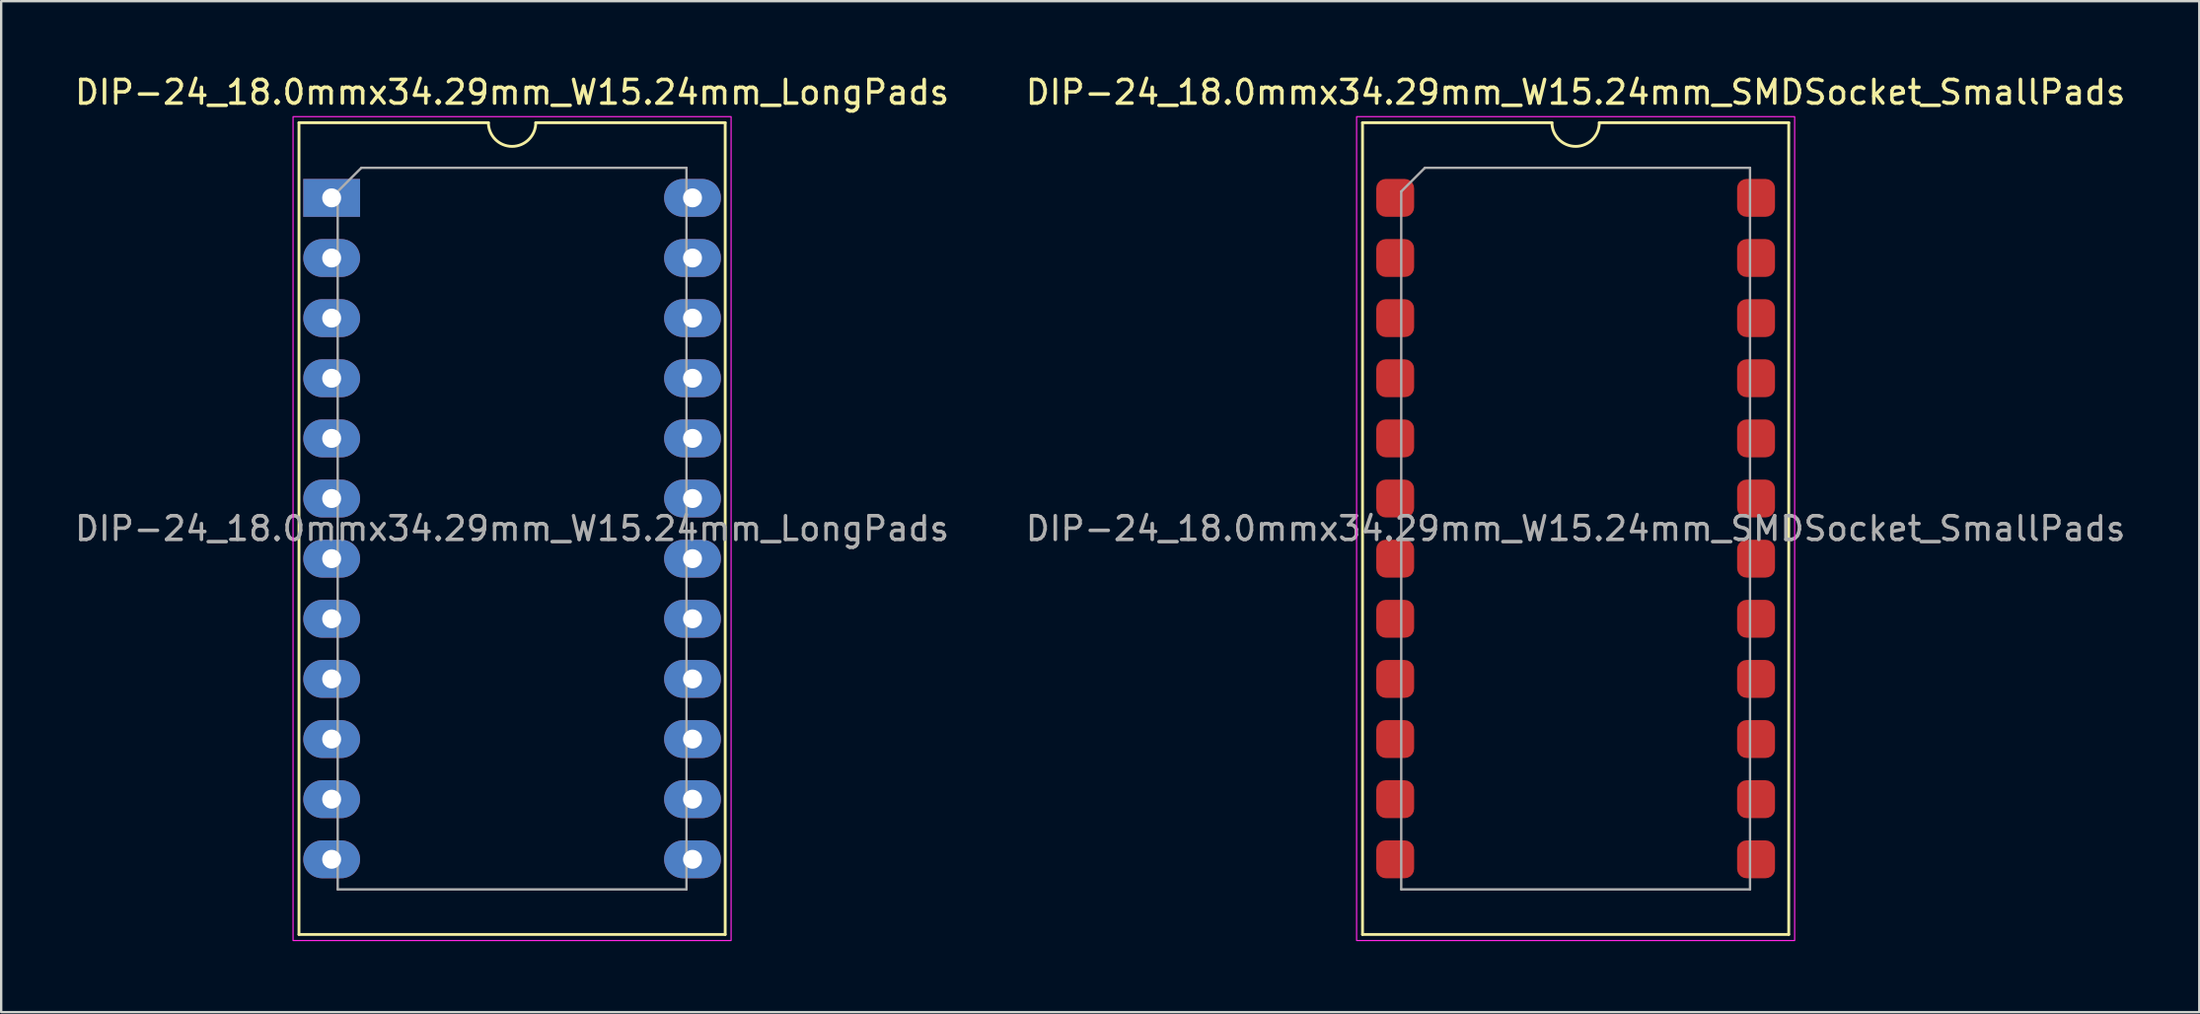
<source format=kicad_pcb>
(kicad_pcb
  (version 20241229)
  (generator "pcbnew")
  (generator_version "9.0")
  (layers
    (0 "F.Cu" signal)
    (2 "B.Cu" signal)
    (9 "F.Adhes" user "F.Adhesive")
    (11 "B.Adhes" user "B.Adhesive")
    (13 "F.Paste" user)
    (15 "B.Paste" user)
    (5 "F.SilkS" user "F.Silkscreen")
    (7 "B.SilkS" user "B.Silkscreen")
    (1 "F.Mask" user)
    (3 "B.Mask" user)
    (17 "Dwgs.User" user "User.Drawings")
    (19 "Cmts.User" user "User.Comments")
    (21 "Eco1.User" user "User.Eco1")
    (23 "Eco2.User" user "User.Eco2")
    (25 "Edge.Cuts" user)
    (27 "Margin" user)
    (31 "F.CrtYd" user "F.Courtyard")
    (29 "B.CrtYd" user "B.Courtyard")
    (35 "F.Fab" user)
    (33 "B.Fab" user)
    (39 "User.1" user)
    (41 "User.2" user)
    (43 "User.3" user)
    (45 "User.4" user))
  (footprint "DIP-24_18.0mmx34.29mm_W15.24mm_SMDSocket_SmallPads"
    (layer "F.Cu")
    (at 63.494 19.278)
    (property "Reference" "DIP-24_18.0mmx34.29mm_W15.24mm_SMDSocket_SmallPads" (at 0 -18.43 0) (layer "F.SilkS") (effects (font (size 1 1) (thickness 0.15))))
    (attr smd)
    (fp_line (start -9 -17.145) (end -9 17.145) (stroke (width 0.12) (type solid)) (layer "F.SilkS"))
    (fp_line (start -9 17.145) (end 9 17.145) (stroke (width 0.12) (type solid)) (layer "F.SilkS"))
    (fp_line (start -1 -17.145) (end -9 -17.145) (stroke (width 0.12) (type solid)) (layer "F.SilkS"))
    (fp_line (start 9 -17.145) (end 1 -17.145) (stroke (width 0.12) (type solid)) (layer "F.SilkS"))
    (fp_line (start 9 17.145) (end 9 -17.145) (stroke (width 0.12) (type solid)) (layer "F.SilkS"))
    (fp_arc (start 1 -17.145) (mid 0 -16.145) (end -1 -17.145) (stroke (width 0.12) (type solid)) (layer "F.SilkS"))
    (fp_rect (start -9.25 -17.4) (end 9.25 17.4) (stroke (width 0.05) (type default)) (fill no) (layer "F.CrtYd"))
    (fp_line (start -7.365 -14.24) (end -6.365 -15.24) (stroke (width 0.1) (type solid)) (layer "F.Fab"))
    (fp_line (start -7.365 15.24) (end -7.365 -14.24) (stroke (width 0.1) (type solid)) (layer "F.Fab"))
    (fp_line (start -6.365 -15.24) (end 7.365 -15.24) (stroke (width 0.1) (type solid)) (layer "F.Fab"))
    (fp_line (start 7.365 -15.24) (end 7.365 15.24) (stroke (width 0.1) (type solid)) (layer "F.Fab"))
    (fp_line (start 7.365 15.24) (end -7.365 15.24) (stroke (width 0.1) (type solid)) (layer "F.Fab"))
    (fp_text user "${REFERENCE}" (at 0 0 0) (layer "F.Fab") (effects (font (size 1 1) (thickness 0.15))))
    (pad "1" smd roundrect (at -7.62 -13.97) (size 1.6 1.6) (layers "F.Cu" "F.Mask" "F.Paste") (roundrect_rratio 0.25))
    (pad "2" smd roundrect (at -7.62 -11.43) (size 1.6 1.6) (layers "F.Cu" "F.Mask" "F.Paste") (roundrect_rratio 0.25))
    (pad "3" smd roundrect (at -7.62 -8.89) (size 1.6 1.6) (layers "F.Cu" "F.Mask" "F.Paste") (roundrect_rratio 0.25))
    (pad "4" smd roundrect (at -7.62 -6.35) (size 1.6 1.6) (layers "F.Cu" "F.Mask" "F.Paste") (roundrect_rratio 0.25))
    (pad "5" smd roundrect (at -7.62 -3.81) (size 1.6 1.6) (layers "F.Cu" "F.Mask" "F.Paste") (roundrect_rratio 0.25))
    (pad "6" smd roundrect (at -7.62 -1.27) (size 1.6 1.6) (layers "F.Cu" "F.Mask" "F.Paste") (roundrect_rratio 0.25))
    (pad "7" smd roundrect (at -7.62 1.27) (size 1.6 1.6) (layers "F.Cu" "F.Mask" "F.Paste") (roundrect_rratio 0.25))
    (pad "8" smd roundrect (at -7.62 3.81) (size 1.6 1.6) (layers "F.Cu" "F.Mask" "F.Paste") (roundrect_rratio 0.25))
    (pad "9" smd roundrect (at -7.62 6.35) (size 1.6 1.6) (layers "F.Cu" "F.Mask" "F.Paste") (roundrect_rratio 0.25))
    (pad "10" smd roundrect (at -7.62 8.89) (size 1.6 1.6) (layers "F.Cu" "F.Mask" "F.Paste") (roundrect_rratio 0.25))
    (pad "11" smd roundrect (at -7.62 11.43) (size 1.6 1.6) (layers "F.Cu" "F.Mask" "F.Paste") (roundrect_rratio 0.25))
    (pad "12" smd roundrect (at -7.62 13.97) (size 1.6 1.6) (layers "F.Cu" "F.Mask" "F.Paste") (roundrect_rratio 0.25))
    (pad "13" smd roundrect (at 7.62 13.97) (size 1.6 1.6) (layers "F.Cu" "F.Mask" "F.Paste") (roundrect_rratio 0.25))
    (pad "14" smd roundrect (at 7.62 11.43) (size 1.6 1.6) (layers "F.Cu" "F.Mask" "F.Paste") (roundrect_rratio 0.25))
    (pad "15" smd roundrect (at 7.62 8.89) (size 1.6 1.6) (layers "F.Cu" "F.Mask" "F.Paste") (roundrect_rratio 0.25))
    (pad "16" smd roundrect (at 7.62 6.35) (size 1.6 1.6) (layers "F.Cu" "F.Mask" "F.Paste") (roundrect_rratio 0.25))
    (pad "17" smd roundrect (at 7.62 3.81) (size 1.6 1.6) (layers "F.Cu" "F.Mask" "F.Paste") (roundrect_rratio 0.25))
    (pad "18" smd roundrect (at 7.62 1.27) (size 1.6 1.6) (layers "F.Cu" "F.Mask" "F.Paste") (roundrect_rratio 0.25))
    (pad "19" smd roundrect (at 7.62 -1.27) (size 1.6 1.6) (layers "F.Cu" "F.Mask" "F.Paste") (roundrect_rratio 0.25))
    (pad "20" smd roundrect (at 7.62 -3.81) (size 1.6 1.6) (layers "F.Cu" "F.Mask" "F.Paste") (roundrect_rratio 0.25))
    (pad "21" smd roundrect (at 7.62 -6.35) (size 1.6 1.6) (layers "F.Cu" "F.Mask" "F.Paste") (roundrect_rratio 0.25))
    (pad "22" smd roundrect (at 7.62 -8.89) (size 1.6 1.6) (layers "F.Cu" "F.Mask" "F.Paste") (roundrect_rratio 0.25))
    (pad "23" smd roundrect (at 7.62 -11.43) (size 1.6 1.6) (layers "F.Cu" "F.Mask" "F.Paste") (roundrect_rratio 0.25))
    (pad "24" smd roundrect (at 7.62 -13.97) (size 1.6 1.6) (layers "F.Cu" "F.Mask" "F.Paste") (roundrect_rratio 0.25)))
  (footprint "DIP-24_18.0mmx34.29mm_W15.24mm_LongPads"
    (layer "F.Cu")
    (at 10.957 5.308)
    (property "Reference" "DIP-24_18.0mmx34.29mm_W15.24mm_LongPads" (at 7.62 -4.46 0) (layer "F.SilkS") (effects (font (size 1 1) (thickness 0.15))))
    (attr through_hole)
    (fp_line (start -1.38 -3.175) (end -1.38 31.115) (stroke (width 0.12) (type solid)) (layer "F.SilkS"))
    (fp_line (start -1.38 31.115) (end 16.62 31.115) (stroke (width 0.12) (type solid)) (layer "F.SilkS"))
    (fp_line (start 6.62 -3.175) (end -1.38 -3.175) (stroke (width 0.12) (type solid)) (layer "F.SilkS"))
    (fp_line (start 16.62 -3.175) (end 8.62 -3.175) (stroke (width 0.12) (type solid)) (layer "F.SilkS"))
    (fp_line (start 16.62 31.115) (end 16.62 -3.175) (stroke (width 0.12) (type solid)) (layer "F.SilkS"))
    (fp_arc (start 8.62 -3.175) (mid 7.62 -2.175) (end 6.62 -3.175) (stroke (width 0.12) (type solid)) (layer "F.SilkS"))
    (fp_rect (start -1.63 -3.43) (end 16.87 31.37) (stroke (width 0.05) (type default)) (fill no) (layer "F.CrtYd"))
    (fp_line (start 0.255 -0.27) (end 1.255 -1.27) (stroke (width 0.1) (type solid)) (layer "F.Fab"))
    (fp_line (start 0.255 29.21) (end 0.255 -0.27) (stroke (width 0.1) (type solid)) (layer "F.Fab"))
    (fp_line (start 1.255 -1.27) (end 14.985 -1.27) (stroke (width 0.1) (type solid)) (layer "F.Fab"))
    (fp_line (start 14.985 -1.27) (end 14.985 29.21) (stroke (width 0.1) (type solid)) (layer "F.Fab"))
    (fp_line (start 14.985 29.21) (end 0.255 29.21) (stroke (width 0.1) (type solid)) (layer "F.Fab"))
    (fp_text user "${REFERENCE}" (at 7.62 13.97 0) (layer "F.Fab") (effects (font (size 1 1) (thickness 0.15))))
    (pad "1" thru_hole rect (at 0 0) (size 2.4 1.6) (drill 0.8) (layers "*.Cu" "*.Mask"))
    (pad "2" thru_hole oval (at 0 2.54) (size 2.4 1.6) (drill 0.8) (layers "*.Cu" "*.Mask"))
    (pad "3" thru_hole oval (at 0 5.08) (size 2.4 1.6) (drill 0.8) (layers "*.Cu" "*.Mask"))
    (pad "4" thru_hole oval (at 0 7.62) (size 2.4 1.6) (drill 0.8) (layers "*.Cu" "*.Mask"))
    (pad "5" thru_hole oval (at 0 10.16) (size 2.4 1.6) (drill 0.8) (layers "*.Cu" "*.Mask"))
    (pad "6" thru_hole oval (at 0 12.7) (size 2.4 1.6) (drill 0.8) (layers "*.Cu" "*.Mask"))
    (pad "7" thru_hole oval (at 0 15.24) (size 2.4 1.6) (drill 0.8) (layers "*.Cu" "*.Mask"))
    (pad "8" thru_hole oval (at 0 17.78) (size 2.4 1.6) (drill 0.8) (layers "*.Cu" "*.Mask"))
    (pad "9" thru_hole oval (at 0 20.32) (size 2.4 1.6) (drill 0.8) (layers "*.Cu" "*.Mask"))
    (pad "10" thru_hole oval (at 0 22.86) (size 2.4 1.6) (drill 0.8) (layers "*.Cu" "*.Mask"))
    (pad "11" thru_hole oval (at 0 25.4) (size 2.4 1.6) (drill 0.8) (layers "*.Cu" "*.Mask"))
    (pad "12" thru_hole oval (at 0 27.94) (size 2.4 1.6) (drill 0.8) (layers "*.Cu" "*.Mask"))
    (pad "13" thru_hole oval (at 15.24 27.94) (size 2.4 1.6) (drill 0.8) (layers "*.Cu" "*.Mask"))
    (pad "14" thru_hole oval (at 15.24 25.4) (size 2.4 1.6) (drill 0.8) (layers "*.Cu" "*.Mask"))
    (pad "15" thru_hole oval (at 15.24 22.86) (size 2.4 1.6) (drill 0.8) (layers "*.Cu" "*.Mask"))
    (pad "16" thru_hole oval (at 15.24 20.32) (size 2.4 1.6) (drill 0.8) (layers "*.Cu" "*.Mask"))
    (pad "17" thru_hole oval (at 15.24 17.78) (size 2.4 1.6) (drill 0.8) (layers "*.Cu" "*.Mask"))
    (pad "18" thru_hole oval (at 15.24 15.24) (size 2.4 1.6) (drill 0.8) (layers "*.Cu" "*.Mask"))
    (pad "19" thru_hole oval (at 15.24 12.7) (size 2.4 1.6) (drill 0.8) (layers "*.Cu" "*.Mask"))
    (pad "20" thru_hole oval (at 15.24 10.16) (size 2.4 1.6) (drill 0.8) (layers "*.Cu" "*.Mask"))
    (pad "21" thru_hole oval (at 15.24 7.62) (size 2.4 1.6) (drill 0.8) (layers "*.Cu" "*.Mask"))
    (pad "22" thru_hole oval (at 15.24 5.08) (size 2.4 1.6) (drill 0.8) (layers "*.Cu" "*.Mask"))
    (pad "23" thru_hole oval (at 15.24 2.54) (size 2.4 1.6) (drill 0.8) (layers "*.Cu" "*.Mask"))
    (pad "24" thru_hole oval (at 15.24 0) (size 2.4 1.6) (drill 0.8) (layers "*.Cu" "*.Mask")))
  (gr_rect
    (start -3 -3)
    (end 89.833 39.703)
    (stroke (width 0.1) (type default))
    (fill no)
    (layer "Edge.Cuts")))
</source>
